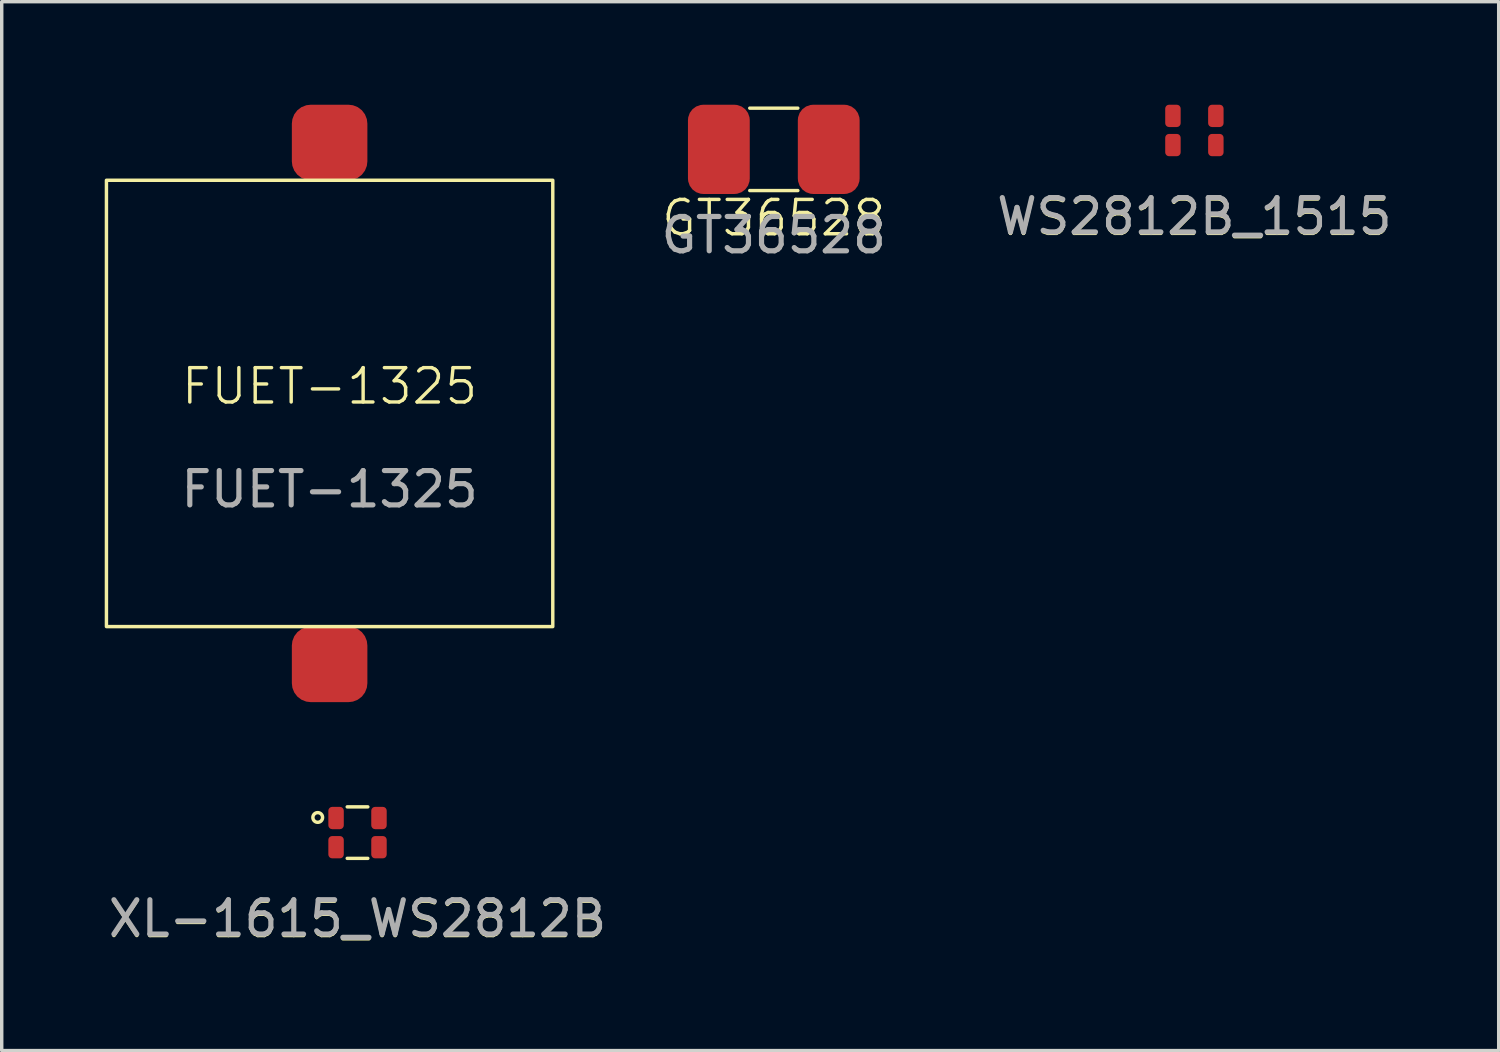
<source format=kicad_pcb>
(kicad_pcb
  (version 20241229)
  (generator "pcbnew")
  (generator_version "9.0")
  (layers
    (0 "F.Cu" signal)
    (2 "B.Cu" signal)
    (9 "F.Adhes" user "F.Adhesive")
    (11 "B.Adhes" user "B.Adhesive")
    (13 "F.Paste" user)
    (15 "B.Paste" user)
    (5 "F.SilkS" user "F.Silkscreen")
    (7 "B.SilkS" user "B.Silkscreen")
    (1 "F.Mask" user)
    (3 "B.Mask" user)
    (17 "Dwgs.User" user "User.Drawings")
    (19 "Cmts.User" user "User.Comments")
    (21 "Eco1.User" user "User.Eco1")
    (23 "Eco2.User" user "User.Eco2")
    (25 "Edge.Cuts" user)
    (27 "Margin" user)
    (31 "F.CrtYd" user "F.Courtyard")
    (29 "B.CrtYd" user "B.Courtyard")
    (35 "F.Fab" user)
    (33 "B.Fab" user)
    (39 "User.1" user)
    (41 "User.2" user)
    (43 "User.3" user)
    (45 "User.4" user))
  (footprint "WS2812B_1515"
    (layer "F.Cu")
    (at 31.737 0.75)
    (property "Reference" "WS2812B_1515" (at 0 2.54 0) (unlocked yes) (layer "F.SilkS") (effects (font (size 1 1) (thickness 0.1))))
    (attr smd)
    (fp_text user "${REFERENCE}" (at 0 2.5 0) (unlocked yes) (layer "F.Fab") (effects (font (size 1 1) (thickness 0.15))))
    (pad "1" smd roundrect (at -0.625 -0.425) (size 0.45 0.65) (layers "F.Cu" "F.Mask" "F.Paste") (roundrect_rratio 0.25))
    (pad "2" smd roundrect (at 0.625 -0.425) (size 0.45 0.65) (layers "F.Cu" "F.Mask" "F.Paste") (roundrect_rratio 0.25))
    (pad "3" smd roundrect (at -0.625 0.425) (size 0.45 0.65) (layers "F.Cu" "F.Mask" "F.Paste") (roundrect_rratio 0.25))
    (pad "4" smd roundrect (at 0.625 0.425) (size 0.45 0.65) (layers "F.Cu" "F.Mask" "F.Paste") (roundrect_rratio 0.25)))
  (footprint "GT36528"
    (layer "F.Cu")
    (at 19.487 1.3)
    (property "Reference" "GT36528" (at 0 2 0) (unlocked yes) (layer "F.SilkS") (effects (font (size 1 1) (thickness 0.1))))
    (attr smd)
    (fp_line (start -0.7 -1.2) (end 0.7 -1.2) (stroke (width 0.1) (type default)) (layer "F.SilkS"))
    (fp_line (start -0.7 1.2) (end 0.7 1.2) (stroke (width 0.1) (type default)) (layer "F.SilkS"))
    (fp_text user "${REFERENCE}" (at 0 2.5 0) (unlocked yes) (layer "F.Fab") (effects (font (size 1 1) (thickness 0.15))))
    (pad "1" smd roundrect (at -1.6 0) (size 1.8 2.6) (layers "F.Cu" "F.Mask" "F.Paste") (roundrect_rratio 0.25))
    (pad "2" smd roundrect (at 1.6 0) (size 1.8 2.6) (layers "F.Cu" "F.Mask" "F.Paste") (roundrect_rratio 0.25)))
  (footprint "XL-1615_WS2812B"
    (layer "F.Cu")
    (at 7.363 21.2)
    (property "Reference" "XL-1615_WS2812B" (at 0 2.54 0) (unlocked yes) (layer "F.SilkS") (effects (font (size 1 1) (thickness 0.1))))
    (attr smd)
    (fp_line (start -0.3 -0.75) (end 0.3 -0.75) (stroke (width 0.1) (type default)) (layer "F.SilkS"))
    (fp_line (start -0.3 0.75) (end 0.3 0.75) (stroke (width 0.1) (type default)) (layer "F.SilkS"))
    (fp_circle (center -1.159 -0.441) (end -1.059 -0.541) (stroke (width 0.1) (type default)) (fill no) (layer "F.SilkS"))
    (fp_text user "${REFERENCE}" (at 0 2.5 0) (unlocked yes) (layer "F.Fab") (effects (font (size 1 1) (thickness 0.15))))
    (pad "1" smd roundrect (at -0.625 -0.425) (size 0.45 0.65) (layers "F.Cu" "F.Mask" "F.Paste") (roundrect_rratio 0.25))
    (pad "2" smd roundrect (at 0.625 -0.425) (size 0.45 0.65) (layers "F.Cu" "F.Mask" "F.Paste") (roundrect_rratio 0.25))
    (pad "3" smd roundrect (at -0.625 0.425) (size 0.45 0.65) (layers "F.Cu" "F.Mask" "F.Paste") (roundrect_rratio 0.25))
    (pad "4" smd roundrect (at 0.625 0.425) (size 0.45 0.65) (layers "F.Cu" "F.Mask" "F.Paste") (roundrect_rratio 0.25)))
  (footprint "FUET-1325"
    (layer "F.Cu")
    (at 6.55 8.7)
    (property "Reference" "FUET-1325" (at 0 -0.5 0) (unlocked yes) (layer "F.SilkS") (effects (font (size 1 1) (thickness 0.1))))
    (attr smd)
    (fp_rect (start -6.5 -6.5) (end 6.5 6.5) (stroke (width 0.1) (type default)) (fill no) (layer "F.SilkS"))
    (fp_text user "${REFERENCE}" (at 0 2.5 0) (unlocked yes) (layer "F.Fab") (effects (font (size 1 1) (thickness 0.15))))
    (pad "1" smd roundrect (at 0 7.6) (size 2.2 2.2) (layers "F.Cu" "F.Mask" "F.Paste") (roundrect_rratio 0.25))
    (pad "2" smd roundrect (at 0 -7.6) (size 2.2 2.2) (layers "F.Cu" "F.Mask" "F.Paste") (roundrect_rratio 0.25)))
  (gr_rect
    (start -3 -3)
    (end 40.6 27.548)
    (stroke (width 0.1) (type default))
    (fill no)
    (layer "Edge.Cuts")))
</source>
